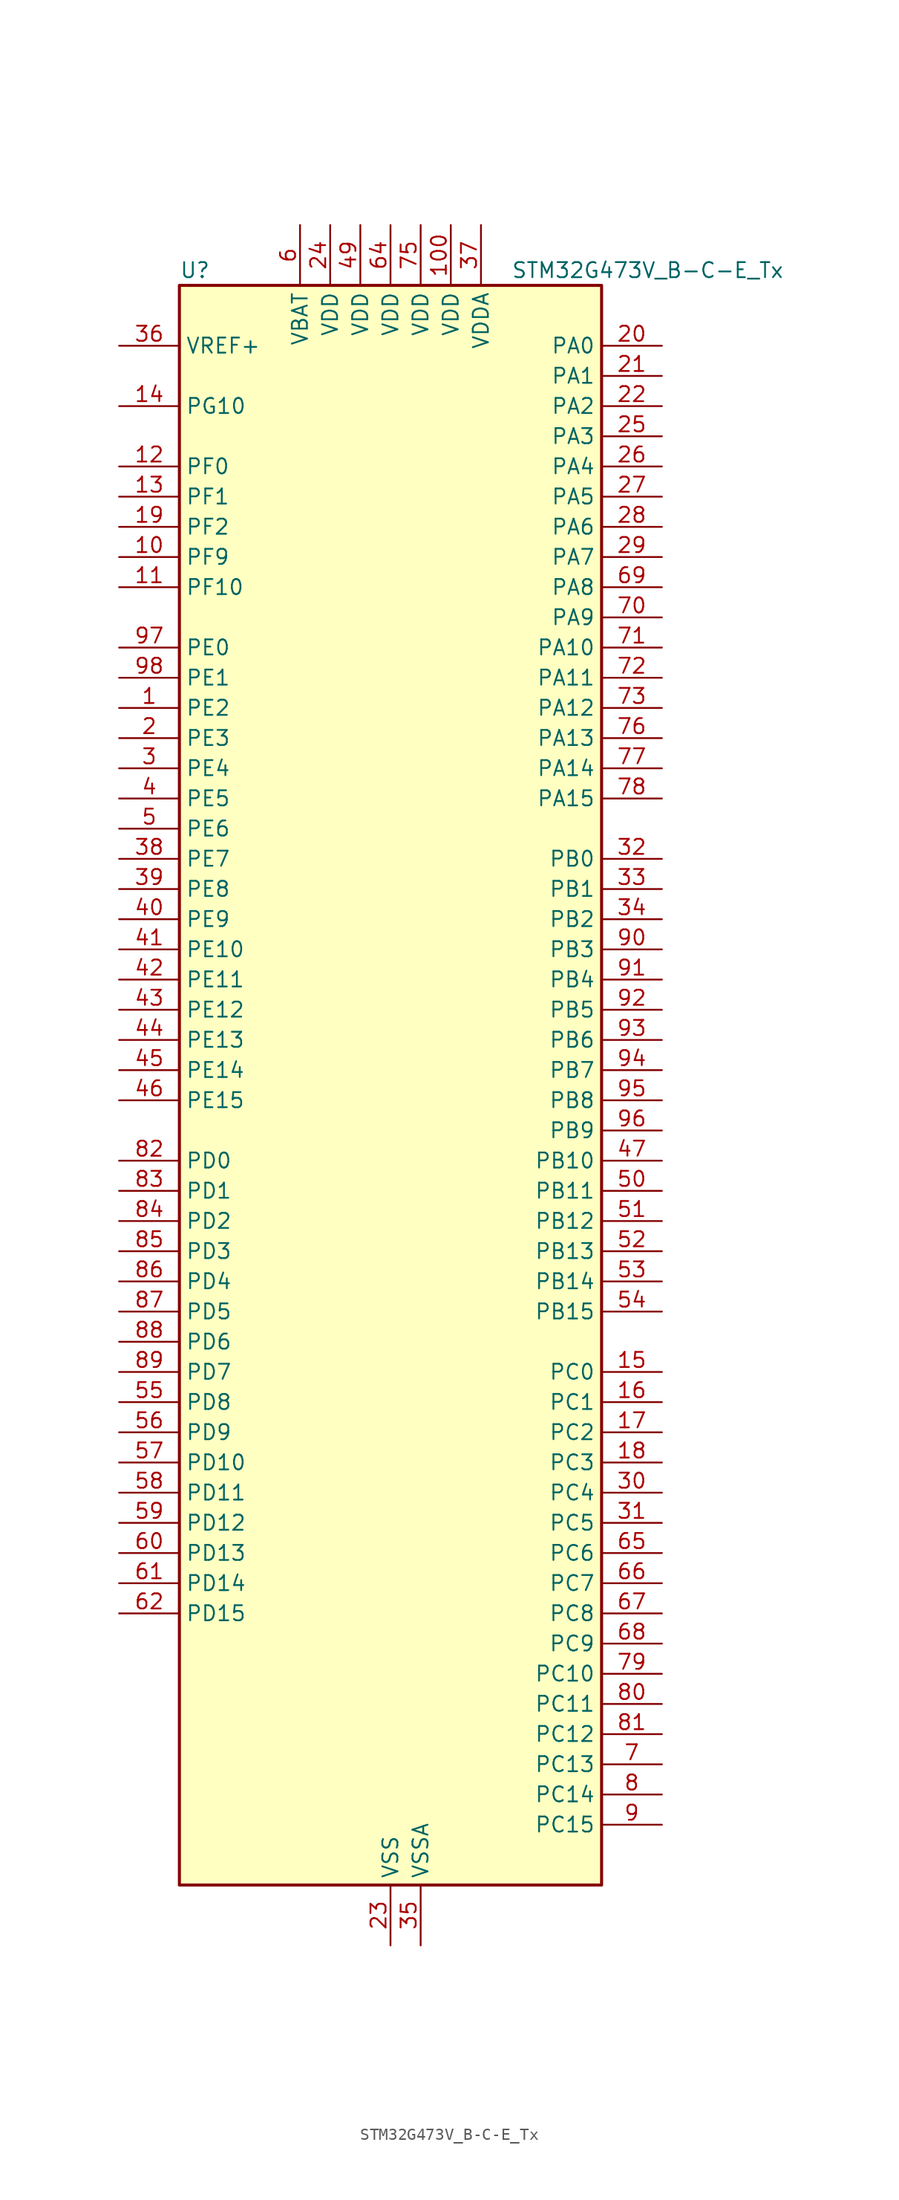
<source format=kicad_sym>
(kicad_symbol_lib
  (version 20241209)
  (generator "kicad_symbol_editor")
  (generator_version "9.0")
  (symbol "STM32G473V_B-C-E_Tx"
    (property "Reference" "U"
      (at -17.78 69.85 0)
      (effects (font (size 1.27 1.27)) (justify left)))
    (property "Value" "STM32G473V_B-C-E_Tx"
      (at 10.16 69.85 0)
      (effects (font (size 1.27 1.27)) (justify left)))
    (symbol "STM32G473V_B-C-E_Tx_0_1"
      (rectangle (start -17.78 -66.04) (end 17.78 68.58) (stroke (width 0.254) (type default)) (fill (type background))))
    (symbol "STM32G473V_B-C-E_Tx_1_1"
      (pin input line (at -22.86 63.5 0) (length 5.08) (name "VREF+" (effects (font (size 1.27 1.27)))) (number "36" (effects (font (size 1.27 1.27)))) (alternate "VREFBUF_OUT" bidirectional line))
      (pin bidirectional line (at -22.86 58.42 0) (length 5.08) (name "PG10" (effects (font (size 1.27 1.27)))) (number "14" (effects (font (size 1.27 1.27)))) (alternate "DAC1_EXTI10" bidirectional line) (alternate "DAC2_EXTI10" bidirectional line) (alternate "DAC3_EXTI10" bidirectional line) (alternate "DAC4_EXTI10" bidirectional line) (alternate "RCC_MCO" bidirectional line))
      (pin bidirectional line (at -22.86 53.34 0) (length 5.08) (name "PF0" (effects (font (size 1.27 1.27)))) (number "12" (effects (font (size 1.27 1.27)))) (alternate "ADC1_IN10" bidirectional line) (alternate "I2C2_SDA" bidirectional line) (alternate "I2S2_WS" bidirectional line) (alternate "RCC_OSC_IN" bidirectional line) (alternate "SPI2_NSS" bidirectional line) (alternate "TIM1_CH3N" bidirectional line))
      (pin bidirectional line (at -22.86 50.8 0) (length 5.08) (name "PF1" (effects (font (size 1.27 1.27)))) (number "13" (effects (font (size 1.27 1.27)))) (alternate "ADC2_IN10" bidirectional line) (alternate "COMP3_INM" bidirectional line) (alternate "I2S2_CK" bidirectional line) (alternate "RCC_OSC_OUT" bidirectional line) (alternate "SPI2_SCK" bidirectional line))
      (pin bidirectional line (at -22.86 48.26 0) (length 5.08) (name "PF2" (effects (font (size 1.27 1.27)))) (number "19" (effects (font (size 1.27 1.27)))) (alternate "ADC3_EXTI2" bidirectional line) (alternate "ADC4_EXTI2" bidirectional line) (alternate "ADC5_EXTI2" bidirectional line) (alternate "FMC_A2" bidirectional line) (alternate "I2C2_SMBA" bidirectional line) (alternate "TIM20_CH3" bidirectional line))
      (pin bidirectional line (at -22.86 45.72 0) (length 5.08) (name "PF9" (effects (font (size 1.27 1.27)))) (number "10" (effects (font (size 1.27 1.27)))) (alternate "DAC1_EXTI9" bidirectional line) (alternate "DAC2_EXTI9" bidirectional line) (alternate "DAC3_EXTI9" bidirectional line) (alternate "DAC4_EXTI9" bidirectional line) (alternate "FMC_A25" bidirectional line) (alternate "QUADSPI1_BK1_IO1" bidirectional line) (alternate "SAI1_FS_B" bidirectional line) (alternate "SPI2_SCK" bidirectional line) (alternate "TIM15_CH1" bidirectional line) (alternate "TIM20_BKIN" bidirectional line) (alternate "TIM5_CH4" bidirectional line))
      (pin bidirectional line (at -22.86 43.18 0) (length 5.08) (name "PF10" (effects (font (size 1.27 1.27)))) (number "11" (effects (font (size 1.27 1.27)))) (alternate "DAC1_EXTI10" bidirectional line) (alternate "DAC2_EXTI10" bidirectional line) (alternate "DAC3_EXTI10" bidirectional line) (alternate "DAC4_EXTI10" bidirectional line) (alternate "FMC_A0" bidirectional line) (alternate "QUADSPI1_CLK" bidirectional line) (alternate "SAI1_D3" bidirectional line) (alternate "SPI2_SCK" bidirectional line) (alternate "TIM15_CH2" bidirectional line) (alternate "TIM20_BKIN2" bidirectional line))
      (pin bidirectional line (at -22.86 38.1 0) (length 5.08) (name "PE0" (effects (font (size 1.27 1.27)))) (number "97" (effects (font (size 1.27 1.27)))) (alternate "FMC_NBL0" bidirectional line) (alternate "TIM16_CH1" bidirectional line) (alternate "TIM20_CH4N" bidirectional line) (alternate "TIM20_ETR" bidirectional line) (alternate "TIM4_ETR" bidirectional line) (alternate "USART1_TX" bidirectional line))
      (pin bidirectional line (at -22.86 35.56 0) (length 5.08) (name "PE1" (effects (font (size 1.27 1.27)))) (number "98" (effects (font (size 1.27 1.27)))) (alternate "FMC_NBL1" bidirectional line) (alternate "TIM17_CH1" bidirectional line) (alternate "TIM20_CH4" bidirectional line) (alternate "USART1_RX" bidirectional line))
      (pin bidirectional line (at -22.86 33.02 0) (length 5.08) (name "PE2" (effects (font (size 1.27 1.27)))) (number "1" (effects (font (size 1.27 1.27)))) (alternate "ADC3_EXTI2" bidirectional line) (alternate "ADC4_EXTI2" bidirectional line) (alternate "ADC5_EXTI2" bidirectional line) (alternate "FMC_A23" bidirectional line) (alternate "SAI1_CK1" bidirectional line) (alternate "SAI1_MCLK_A" bidirectional line) (alternate "SPI4_SCK" bidirectional line) (alternate "SYS_TRACECLK" bidirectional line) (alternate "TIM20_CH1" bidirectional line) (alternate "TIM3_CH1" bidirectional line))
      (pin bidirectional line (at -22.86 30.48 0) (length 5.08) (name "PE3" (effects (font (size 1.27 1.27)))) (number "2" (effects (font (size 1.27 1.27)))) (alternate "ADC3_EXTI3" bidirectional line) (alternate "ADC4_EXTI3" bidirectional line) (alternate "ADC5_EXTI3" bidirectional line) (alternate "FMC_A19" bidirectional line) (alternate "SAI1_SD_B" bidirectional line) (alternate "SPI4_NSS" bidirectional line) (alternate "SYS_TRACED0" bidirectional line) (alternate "TIM20_CH2" bidirectional line) (alternate "TIM3_CH2" bidirectional line))
      (pin bidirectional line (at -22.86 27.94 0) (length 5.08) (name "PE4" (effects (font (size 1.27 1.27)))) (number "3" (effects (font (size 1.27 1.27)))) (alternate "FMC_A20" bidirectional line) (alternate "SAI1_D2" bidirectional line) (alternate "SAI1_FS_A" bidirectional line) (alternate "SPI4_NSS" bidirectional line) (alternate "SYS_TRACED1" bidirectional line) (alternate "TIM20_CH1N" bidirectional line) (alternate "TIM3_CH3" bidirectional line))
      (pin bidirectional line (at -22.86 25.4 0) (length 5.08) (name "PE5" (effects (font (size 1.27 1.27)))) (number "4" (effects (font (size 1.27 1.27)))) (alternate "FMC_A21" bidirectional line) (alternate "SAI1_CK2" bidirectional line) (alternate "SAI1_SCK_A" bidirectional line) (alternate "SPI4_MISO" bidirectional line) (alternate "SYS_TRACED2" bidirectional line) (alternate "TIM20_CH2N" bidirectional line) (alternate "TIM3_CH4" bidirectional line))
      (pin bidirectional line (at -22.86 22.86 0) (length 5.08) (name "PE6" (effects (font (size 1.27 1.27)))) (number "5" (effects (font (size 1.27 1.27)))) (alternate "FMC_A22" bidirectional line) (alternate "RTC_TAMP3" bidirectional line) (alternate "SAI1_D1" bidirectional line) (alternate "SAI1_SD_A" bidirectional line) (alternate "SPI4_MOSI" bidirectional line) (alternate "SYS_TRACED3" bidirectional line) (alternate "SYS_WKUP3" bidirectional line) (alternate "TIM20_CH3N" bidirectional line))
      (pin bidirectional line (at -22.86 20.32 0) (length 5.08) (name "PE7" (effects (font (size 1.27 1.27)))) (number "38" (effects (font (size 1.27 1.27)))) (alternate "ADC3_IN4" bidirectional line) (alternate "COMP4_INP" bidirectional line) (alternate "FMC_D4" bidirectional line) (alternate "FMC_DA4" bidirectional line) (alternate "SAI1_SD_B" bidirectional line) (alternate "TIM1_ETR" bidirectional line))
      (pin bidirectional line (at -22.86 17.78 0) (length 5.08) (name "PE8" (effects (font (size 1.27 1.27)))) (number "39" (effects (font (size 1.27 1.27)))) (alternate "ADC3_IN6" bidirectional line) (alternate "ADC4_IN6" bidirectional line) (alternate "ADC5_IN6" bidirectional line) (alternate "COMP4_INM" bidirectional line) (alternate "FMC_D5" bidirectional line) (alternate "FMC_DA5" bidirectional line) (alternate "SAI1_SCK_B" bidirectional line) (alternate "TIM1_CH1N" bidirectional line) (alternate "TIM5_CH3" bidirectional line))
      (pin bidirectional line (at -22.86 15.24 0) (length 5.08) (name "PE9" (effects (font (size 1.27 1.27)))) (number "40" (effects (font (size 1.27 1.27)))) (alternate "ADC3_IN2" bidirectional line) (alternate "DAC1_EXTI9" bidirectional line) (alternate "DAC2_EXTI9" bidirectional line) (alternate "DAC3_EXTI9" bidirectional line) (alternate "DAC4_EXTI9" bidirectional line) (alternate "FMC_D6" bidirectional line) (alternate "FMC_DA6" bidirectional line) (alternate "SAI1_FS_B" bidirectional line) (alternate "TIM1_CH1" bidirectional line) (alternate "TIM5_CH4" bidirectional line))
      (pin bidirectional line (at -22.86 12.7 0) (length 5.08) (name "PE10" (effects (font (size 1.27 1.27)))) (number "41" (effects (font (size 1.27 1.27)))) (alternate "ADC3_IN14" bidirectional line) (alternate "ADC4_IN14" bidirectional line) (alternate "ADC5_IN14" bidirectional line) (alternate "DAC1_EXTI10" bidirectional line) (alternate "DAC2_EXTI10" bidirectional line) (alternate "DAC3_EXTI10" bidirectional line) (alternate "DAC4_EXTI10" bidirectional line) (alternate "FMC_D7" bidirectional line) (alternate "FMC_DA7" bidirectional line) (alternate "QUADSPI1_CLK" bidirectional line) (alternate "SAI1_MCLK_B" bidirectional line) (alternate "TIM1_CH2N" bidirectional line))
      (pin bidirectional line (at -22.86 10.16 0) (length 5.08) (name "PE11" (effects (font (size 1.27 1.27)))) (number "42" (effects (font (size 1.27 1.27)))) (alternate "ADC1_EXTI11" bidirectional line) (alternate "ADC2_EXTI11" bidirectional line) (alternate "ADC3_IN15" bidirectional line) (alternate "ADC4_IN15" bidirectional line) (alternate "ADC5_IN15" bidirectional line) (alternate "FMC_D8" bidirectional line) (alternate "FMC_DA8" bidirectional line) (alternate "QUADSPI1_BK1_NCS" bidirectional line) (alternate "SPI4_NSS" bidirectional line) (alternate "TIM1_CH2" bidirectional line))
      (pin bidirectional line (at -22.86 7.62 0) (length 5.08) (name "PE12" (effects (font (size 1.27 1.27)))) (number "43" (effects (font (size 1.27 1.27)))) (alternate "ADC3_IN16" bidirectional line) (alternate "ADC4_IN16" bidirectional line) (alternate "ADC5_IN16" bidirectional line) (alternate "FMC_D9" bidirectional line) (alternate "FMC_DA9" bidirectional line) (alternate "QUADSPI1_BK1_IO0" bidirectional line) (alternate "SPI4_SCK" bidirectional line) (alternate "TIM1_CH3N" bidirectional line))
      (pin bidirectional line (at -22.86 5.08 0) (length 5.08) (name "PE13" (effects (font (size 1.27 1.27)))) (number "44" (effects (font (size 1.27 1.27)))) (alternate "ADC3_IN3" bidirectional line) (alternate "FMC_D10" bidirectional line) (alternate "FMC_DA10" bidirectional line) (alternate "QUADSPI1_BK1_IO1" bidirectional line) (alternate "SPI4_MISO" bidirectional line) (alternate "TIM1_CH3" bidirectional line))
      (pin bidirectional line (at -22.86 2.54 0) (length 5.08) (name "PE14" (effects (font (size 1.27 1.27)))) (number "45" (effects (font (size 1.27 1.27)))) (alternate "ADC4_IN1" bidirectional line) (alternate "FMC_D11" bidirectional line) (alternate "FMC_DA11" bidirectional line) (alternate "QUADSPI1_BK1_IO2" bidirectional line) (alternate "SPI4_MOSI" bidirectional line) (alternate "TIM1_BKIN2" bidirectional line) (alternate "TIM1_CH4" bidirectional line))
      (pin bidirectional line (at -22.86 0 0) (length 5.08) (name "PE15" (effects (font (size 1.27 1.27)))) (number "46" (effects (font (size 1.27 1.27)))) (alternate "ADC1_EXTI15" bidirectional line) (alternate "ADC2_EXTI15" bidirectional line) (alternate "ADC4_IN2" bidirectional line) (alternate "FMC_D12" bidirectional line) (alternate "FMC_DA12" bidirectional line) (alternate "QUADSPI1_BK1_IO3" bidirectional line) (alternate "TIM1_BKIN" bidirectional line) (alternate "TIM1_CH4N" bidirectional line) (alternate "USART3_RX" bidirectional line))
      (pin bidirectional line (at -22.86 -5.08 0) (length 5.08) (name "PD0" (effects (font (size 1.27 1.27)))) (number "82" (effects (font (size 1.27 1.27)))) (alternate "FDCAN1_RX" bidirectional line) (alternate "FMC_D2" bidirectional line) (alternate "FMC_DA2" bidirectional line) (alternate "TIM8_CH4N" bidirectional line))
      (pin bidirectional line (at -22.86 -7.62 0) (length 5.08) (name "PD1" (effects (font (size 1.27 1.27)))) (number "83" (effects (font (size 1.27 1.27)))) (alternate "FDCAN1_TX" bidirectional line) (alternate "FMC_D3" bidirectional line) (alternate "FMC_DA3" bidirectional line) (alternate "TIM8_BKIN2" bidirectional line) (alternate "TIM8_CH4" bidirectional line))
      (pin bidirectional line (at -22.86 -10.16 0) (length 5.08) (name "PD2" (effects (font (size 1.27 1.27)))) (number "84" (effects (font (size 1.27 1.27)))) (alternate "ADC3_EXTI2" bidirectional line) (alternate "ADC4_EXTI2" bidirectional line) (alternate "ADC5_EXTI2" bidirectional line) (alternate "TIM3_ETR" bidirectional line) (alternate "TIM8_BKIN" bidirectional line) (alternate "UART5_RX" bidirectional line))
      (pin bidirectional line (at -22.86 -12.7 0) (length 5.08) (name "PD3" (effects (font (size 1.27 1.27)))) (number "85" (effects (font (size 1.27 1.27)))) (alternate "ADC3_EXTI3" bidirectional line) (alternate "ADC4_EXTI3" bidirectional line) (alternate "ADC5_EXTI3" bidirectional line) (alternate "FMC_CLK" bidirectional line) (alternate "QUADSPI1_BK2_NCS" bidirectional line) (alternate "TIM2_CH1" bidirectional line) (alternate "TIM2_ETR" bidirectional line) (alternate "USART2_CTS" bidirectional line) (alternate "USART2_NSS" bidirectional line))
      (pin bidirectional line (at -22.86 -15.24 0) (length 5.08) (name "PD4" (effects (font (size 1.27 1.27)))) (number "86" (effects (font (size 1.27 1.27)))) (alternate "FMC_NOE" bidirectional line) (alternate "QUADSPI1_BK2_IO0" bidirectional line) (alternate "TIM2_CH2" bidirectional line) (alternate "USART2_DE" bidirectional line) (alternate "USART2_RTS" bidirectional line))
      (pin bidirectional line (at -22.86 -17.78 0) (length 5.08) (name "PD5" (effects (font (size 1.27 1.27)))) (number "87" (effects (font (size 1.27 1.27)))) (alternate "FMC_NWE" bidirectional line) (alternate "QUADSPI1_BK2_IO1" bidirectional line) (alternate "USART2_TX" bidirectional line))
      (pin bidirectional line (at -22.86 -20.32 0) (length 5.08) (name "PD6" (effects (font (size 1.27 1.27)))) (number "88" (effects (font (size 1.27 1.27)))) (alternate "FMC_NWAIT" bidirectional line) (alternate "QUADSPI1_BK2_IO2" bidirectional line) (alternate "SAI1_D1" bidirectional line) (alternate "SAI1_SD_A" bidirectional line) (alternate "TIM2_CH4" bidirectional line) (alternate "USART2_RX" bidirectional line))
      (pin bidirectional line (at -22.86 -22.86 0) (length 5.08) (name "PD7" (effects (font (size 1.27 1.27)))) (number "89" (effects (font (size 1.27 1.27)))) (alternate "FMC_NCE" bidirectional line) (alternate "FMC_NE1" bidirectional line) (alternate "QUADSPI1_BK2_IO3" bidirectional line) (alternate "TIM2_CH3" bidirectional line) (alternate "USART2_CK" bidirectional line))
      (pin bidirectional line (at -22.86 -25.4 0) (length 5.08) (name "PD8" (effects (font (size 1.27 1.27)))) (number "55" (effects (font (size 1.27 1.27)))) (alternate "ADC4_IN12" bidirectional line) (alternate "ADC5_IN12" bidirectional line) (alternate "FMC_D13" bidirectional line) (alternate "FMC_DA13" bidirectional line) (alternate "OPAMP4_VINM" bidirectional line) (alternate "OPAMP4_VINM1" bidirectional line) (alternate "OPAMP4_VINM_SEC" bidirectional line) (alternate "USART3_TX" bidirectional line))
      (pin bidirectional line (at -22.86 -27.94 0) (length 5.08) (name "PD9" (effects (font (size 1.27 1.27)))) (number "56" (effects (font (size 1.27 1.27)))) (alternate "ADC4_IN13" bidirectional line) (alternate "ADC5_IN13" bidirectional line) (alternate "DAC1_EXTI9" bidirectional line) (alternate "DAC2_EXTI9" bidirectional line) (alternate "DAC3_EXTI9" bidirectional line) (alternate "DAC4_EXTI9" bidirectional line) (alternate "FMC_D14" bidirectional line) (alternate "FMC_DA14" bidirectional line) (alternate "OPAMP6_VINP" bidirectional line) (alternate "OPAMP6_VINP_SEC" bidirectional line) (alternate "USART3_RX" bidirectional line))
      (pin bidirectional line (at -22.86 -30.48 0) (length 5.08) (name "PD10" (effects (font (size 1.27 1.27)))) (number "57" (effects (font (size 1.27 1.27)))) (alternate "ADC3_IN7" bidirectional line) (alternate "ADC4_IN7" bidirectional line) (alternate "ADC5_IN7" bidirectional line) (alternate "COMP6_INM" bidirectional line) (alternate "DAC1_EXTI10" bidirectional line) (alternate "DAC2_EXTI10" bidirectional line) (alternate "DAC3_EXTI10" bidirectional line) (alternate "DAC4_EXTI10" bidirectional line) (alternate "FMC_D15" bidirectional line) (alternate "FMC_DA15" bidirectional line) (alternate "USART3_CK" bidirectional line))
      (pin bidirectional line (at -22.86 -33.02 0) (length 5.08) (name "PD11" (effects (font (size 1.27 1.27)))) (number "58" (effects (font (size 1.27 1.27)))) (alternate "ADC1_EXTI11" bidirectional line) (alternate "ADC2_EXTI11" bidirectional line) (alternate "ADC3_IN8" bidirectional line) (alternate "ADC4_IN8" bidirectional line) (alternate "ADC5_IN8" bidirectional line) (alternate "COMP6_INP" bidirectional line) (alternate "FMC_A16" bidirectional line) (alternate "FMC_CLE" bidirectional line) (alternate "I2C4_SMBA" bidirectional line) (alternate "OPAMP4_VINP" bidirectional line) (alternate "OPAMP4_VINP_SEC" bidirectional line) (alternate "TIM5_ETR" bidirectional line) (alternate "USART3_CTS" bidirectional line) (alternate "USART3_NSS" bidirectional line))
      (pin bidirectional line (at -22.86 -35.56 0) (length 5.08) (name "PD12" (effects (font (size 1.27 1.27)))) (number "59" (effects (font (size 1.27 1.27)))) (alternate "ADC3_IN9" bidirectional line) (alternate "ADC4_IN9" bidirectional line) (alternate "ADC5_IN9" bidirectional line) (alternate "COMP5_INP" bidirectional line) (alternate "FMC_A17" bidirectional line) (alternate "FMC_ALE" bidirectional line) (alternate "OPAMP5_VINP" bidirectional line) (alternate "OPAMP5_VINP_SEC" bidirectional line) (alternate "TIM4_CH1" bidirectional line) (alternate "USART3_DE" bidirectional line) (alternate "USART3_RTS" bidirectional line))
      (pin bidirectional line (at -22.86 -38.1 0) (length 5.08) (name "PD13" (effects (font (size 1.27 1.27)))) (number "60" (effects (font (size 1.27 1.27)))) (alternate "ADC3_IN10" bidirectional line) (alternate "ADC4_IN10" bidirectional line) (alternate "ADC5_IN10" bidirectional line) (alternate "COMP5_INM" bidirectional line) (alternate "FMC_A18" bidirectional line) (alternate "TIM4_CH2" bidirectional line))
      (pin bidirectional line (at -22.86 -40.64 0) (length 5.08) (name "PD14" (effects (font (size 1.27 1.27)))) (number "61" (effects (font (size 1.27 1.27)))) (alternate "ADC3_IN11" bidirectional line) (alternate "ADC4_IN11" bidirectional line) (alternate "ADC5_IN11" bidirectional line) (alternate "COMP7_INP" bidirectional line) (alternate "FMC_D0" bidirectional line) (alternate "FMC_DA0" bidirectional line) (alternate "OPAMP2_VINP" bidirectional line) (alternate "OPAMP2_VINP_SEC" bidirectional line) (alternate "TIM4_CH3" bidirectional line))
      (pin bidirectional line (at -22.86 -43.18 0) (length 5.08) (name "PD15" (effects (font (size 1.27 1.27)))) (number "62" (effects (font (size 1.27 1.27)))) (alternate "ADC1_EXTI15" bidirectional line) (alternate "ADC2_EXTI15" bidirectional line) (alternate "COMP7_INM" bidirectional line) (alternate "FMC_D1" bidirectional line) (alternate "FMC_DA1" bidirectional line) (alternate "SPI2_NSS" bidirectional line) (alternate "TIM4_CH4" bidirectional line))
      (pin power_in line (at -7.62 73.66 270) (length 5.08) (name "VBAT" (effects (font (size 1.27 1.27)))) (number "6" (effects (font (size 1.27 1.27)))))
      (pin power_in line (at -5.08 73.66 270) (length 5.08) (name "VDD" (effects (font (size 1.27 1.27)))) (number "24" (effects (font (size 1.27 1.27)))))
      (pin power_in line (at -2.54 73.66 270) (length 5.08) (name "VDD" (effects (font (size 1.27 1.27)))) (number "49" (effects (font (size 1.27 1.27)))))
      (pin power_in line (at 0 73.66 270) (length 5.08) (name "VDD" (effects (font (size 1.27 1.27)))) (number "64" (effects (font (size 1.27 1.27)))))
      (pin power_in line (at 0 -71.12 90) (length 5.08) (name "VSS" (effects (font (size 1.27 1.27)))) (number "23" (effects (font (size 1.27 1.27)))))
      (pin passive line (at 0 -71.12 90) (length 5.08) (hide yes) (name "VSS" (effects (font (size 1.27 1.27)))) (number "48" (effects (font (size 1.27 1.27)))))
      (pin passive line (at 0 -71.12 90) (length 5.08) (hide yes) (name "VSS" (effects (font (size 1.27 1.27)))) (number "63" (effects (font (size 1.27 1.27)))))
      (pin passive line (at 0 -71.12 90) (length 5.08) (hide yes) (name "VSS" (effects (font (size 1.27 1.27)))) (number "74" (effects (font (size 1.27 1.27)))))
      (pin passive line (at 0 -71.12 90) (length 5.08) (hide yes) (name "VSS" (effects (font (size 1.27 1.27)))) (number "99" (effects (font (size 1.27 1.27)))))
      (pin power_in line (at 2.54 73.66 270) (length 5.08) (name "VDD" (effects (font (size 1.27 1.27)))) (number "75" (effects (font (size 1.27 1.27)))))
      (pin power_in line (at 2.54 -71.12 90) (length 5.08) (name "VSSA" (effects (font (size 1.27 1.27)))) (number "35" (effects (font (size 1.27 1.27)))))
      (pin power_in line (at 5.08 73.66 270) (length 5.08) (name "VDD" (effects (font (size 1.27 1.27)))) (number "100" (effects (font (size 1.27 1.27)))))
      (pin power_in line (at 7.62 73.66 270) (length 5.08) (name "VDDA" (effects (font (size 1.27 1.27)))) (number "37" (effects (font (size 1.27 1.27)))))
      (pin bidirectional line (at 22.86 63.5 180) (length 5.08) (name "PA0" (effects (font (size 1.27 1.27)))) (number "20" (effects (font (size 1.27 1.27)))) (alternate "ADC1_IN1" bidirectional line) (alternate "ADC2_IN1" bidirectional line) (alternate "COMP1_INM" bidirectional line) (alternate "COMP1_OUT" bidirectional line) (alternate "COMP3_INP" bidirectional line) (alternate "RTC_TAMP2" bidirectional line) (alternate "SYS_WKUP1" bidirectional line) (alternate "TIM2_CH1" bidirectional line) (alternate "TIM2_ETR" bidirectional line) (alternate "TIM5_CH1" bidirectional line) (alternate "TIM8_BKIN" bidirectional line) (alternate "TIM8_ETR" bidirectional line) (alternate "USART2_CTS" bidirectional line) (alternate "USART2_NSS" bidirectional line))
      (pin bidirectional line (at 22.86 60.96 180) (length 5.08) (name "PA1" (effects (font (size 1.27 1.27)))) (number "21" (effects (font (size 1.27 1.27)))) (alternate "ADC1_IN2" bidirectional line) (alternate "ADC2_IN2" bidirectional line) (alternate "COMP1_INP" bidirectional line) (alternate "OPAMP1_VINP" bidirectional line) (alternate "OPAMP1_VINP_SEC" bidirectional line) (alternate "OPAMP3_VINP" bidirectional line) (alternate "OPAMP3_VINP_SEC" bidirectional line) (alternate "OPAMP6_VINM" bidirectional line) (alternate "OPAMP6_VINM0" bidirectional line) (alternate "OPAMP6_VINM_SEC" bidirectional line) (alternate "RTC_REFIN" bidirectional line) (alternate "TIM15_CH1N" bidirectional line) (alternate "TIM2_CH2" bidirectional line) (alternate "TIM5_CH2" bidirectional line) (alternate "USART2_DE" bidirectional line) (alternate "USART2_RTS" bidirectional line))
      (pin bidirectional line (at 22.86 58.42 180) (length 5.08) (name "PA2" (effects (font (size 1.27 1.27)))) (number "22" (effects (font (size 1.27 1.27)))) (alternate "ADC1_IN3" bidirectional line) (alternate "ADC3_EXTI2" bidirectional line) (alternate "ADC4_EXTI2" bidirectional line) (alternate "ADC5_EXTI2" bidirectional line) (alternate "COMP2_INM" bidirectional line) (alternate "COMP2_OUT" bidirectional line) (alternate "LPUART1_TX" bidirectional line) (alternate "OPAMP1_VOUT" bidirectional line) (alternate "QUADSPI1_BK1_NCS" bidirectional line) (alternate "RCC_LSCO" bidirectional line) (alternate "SYS_WKUP4" bidirectional line) (alternate "TIM15_CH1" bidirectional line) (alternate "TIM2_CH3" bidirectional line) (alternate "TIM5_CH3" bidirectional line) (alternate "UCPD1_FRSTX1" bidirectional line) (alternate "UCPD1_FRSTX2" bidirectional line) (alternate "USART2_TX" bidirectional line))
      (pin bidirectional line (at 22.86 55.88 180) (length 5.08) (name "PA3" (effects (font (size 1.27 1.27)))) (number "25" (effects (font (size 1.27 1.27)))) (alternate "ADC1_IN4" bidirectional line) (alternate "ADC3_EXTI3" bidirectional line) (alternate "ADC4_EXTI3" bidirectional line) (alternate "ADC5_EXTI3" bidirectional line) (alternate "COMP2_INP" bidirectional line) (alternate "LPUART1_RX" bidirectional line) (alternate "OPAMP1_VINM" bidirectional line) (alternate "OPAMP1_VINM0" bidirectional line) (alternate "OPAMP1_VINM_SEC" bidirectional line) (alternate "OPAMP1_VINP" bidirectional line) (alternate "OPAMP1_VINP_SEC" bidirectional line) (alternate "OPAMP5_VINM" bidirectional line) (alternate "OPAMP5_VINM1" bidirectional line) (alternate "OPAMP5_VINM_SEC" bidirectional line) (alternate "QUADSPI1_CLK" bidirectional line) (alternate "SAI1_CK1" bidirectional line) (alternate "SAI1_MCLK_A" bidirectional line) (alternate "TIM15_CH2" bidirectional line) (alternate "TIM2_CH4" bidirectional line) (alternate "TIM5_CH4" bidirectional line) (alternate "USART2_RX" bidirectional line))
      (pin bidirectional line (at 22.86 53.34 180) (length 5.08) (name "PA4" (effects (font (size 1.27 1.27)))) (number "26" (effects (font (size 1.27 1.27)))) (alternate "ADC2_IN17" bidirectional line) (alternate "COMP1_INM" bidirectional line) (alternate "DAC1_OUT1" bidirectional line) (alternate "I2S3_WS" bidirectional line) (alternate "SAI1_FS_B" bidirectional line) (alternate "SPI1_NSS" bidirectional line) (alternate "SPI3_NSS" bidirectional line) (alternate "TIM3_CH2" bidirectional line) (alternate "USART2_CK" bidirectional line))
      (pin bidirectional line (at 22.86 50.8 180) (length 5.08) (name "PA5" (effects (font (size 1.27 1.27)))) (number "27" (effects (font (size 1.27 1.27)))) (alternate "ADC2_IN13" bidirectional line) (alternate "COMP2_INM" bidirectional line) (alternate "DAC1_OUT2" bidirectional line) (alternate "OPAMP2_VINM" bidirectional line) (alternate "OPAMP2_VINM0" bidirectional line) (alternate "OPAMP2_VINM_SEC" bidirectional line) (alternate "SPI1_SCK" bidirectional line) (alternate "TIM2_CH1" bidirectional line) (alternate "TIM2_ETR" bidirectional line) (alternate "UCPD1_FRSTX1" bidirectional line) (alternate "UCPD1_FRSTX2" bidirectional line))
      (pin bidirectional line (at 22.86 48.26 180) (length 5.08) (name "PA6" (effects (font (size 1.27 1.27)))) (number "28" (effects (font (size 1.27 1.27)))) (alternate "ADC2_IN3" bidirectional line) (alternate "COMP1_OUT" bidirectional line) (alternate "DAC2_OUT1" bidirectional line) (alternate "LPUART1_CTS" bidirectional line) (alternate "OPAMP2_VOUT" bidirectional line) (alternate "QUADSPI1_BK1_IO3" bidirectional line) (alternate "SPI1_MISO" bidirectional line) (alternate "TIM16_CH1" bidirectional line) (alternate "TIM1_BKIN" bidirectional line) (alternate "TIM3_CH1" bidirectional line) (alternate "TIM8_BKIN" bidirectional line))
      (pin bidirectional line (at 22.86 45.72 180) (length 5.08) (name "PA7" (effects (font (size 1.27 1.27)))) (number "29" (effects (font (size 1.27 1.27)))) (alternate "ADC2_IN4" bidirectional line) (alternate "COMP2_INP" bidirectional line) (alternate "COMP2_OUT" bidirectional line) (alternate "OPAMP1_VINP" bidirectional line) (alternate "OPAMP1_VINP_SEC" bidirectional line) (alternate "OPAMP2_VINP" bidirectional line) (alternate "OPAMP2_VINP_SEC" bidirectional line) (alternate "QUADSPI1_BK1_IO2" bidirectional line) (alternate "SPI1_MOSI" bidirectional line) (alternate "TIM17_CH1" bidirectional line) (alternate "TIM1_CH1N" bidirectional line) (alternate "TIM3_CH2" bidirectional line) (alternate "TIM8_CH1N" bidirectional line) (alternate "UCPD1_FRSTX1" bidirectional line) (alternate "UCPD1_FRSTX2" bidirectional line))
      (pin bidirectional line (at 22.86 43.18 180) (length 5.08) (name "PA8" (effects (font (size 1.27 1.27)))) (number "69" (effects (font (size 1.27 1.27)))) (alternate "ADC5_IN1" bidirectional line) (alternate "COMP7_OUT" bidirectional line) (alternate "FDCAN3_RX" bidirectional line) (alternate "I2C2_SDA" bidirectional line) (alternate "I2C3_SCL" bidirectional line) (alternate "I2S2_MCK" bidirectional line) (alternate "OPAMP5_VOUT" bidirectional line) (alternate "RCC_MCO" bidirectional line) (alternate "SAI1_CK2" bidirectional line) (alternate "SAI1_SCK_A" bidirectional line) (alternate "TIM1_CH1" bidirectional line) (alternate "TIM4_ETR" bidirectional line) (alternate "USART1_CK" bidirectional line))
      (pin bidirectional line (at 22.86 40.64 180) (length 5.08) (name "PA9" (effects (font (size 1.27 1.27)))) (number "70" (effects (font (size 1.27 1.27)))) (alternate "ADC5_IN2" bidirectional line) (alternate "COMP5_OUT" bidirectional line) (alternate "DAC1_EXTI9" bidirectional line) (alternate "DAC2_EXTI9" bidirectional line) (alternate "DAC3_EXTI9" bidirectional line) (alternate "DAC4_EXTI9" bidirectional line) (alternate "I2C2_SCL" bidirectional line) (alternate "I2C3_SMBA" bidirectional line) (alternate "I2S3_MCK" bidirectional line) (alternate "SAI1_FS_A" bidirectional line) (alternate "TIM15_BKIN" bidirectional line) (alternate "TIM1_CH2" bidirectional line) (alternate "TIM2_CH3" bidirectional line) (alternate "UCPD1_DBCC1" bidirectional line) (alternate "USART1_TX" bidirectional line))
      (pin bidirectional line (at 22.86 38.1 180) (length 5.08) (name "PA10" (effects (font (size 1.27 1.27)))) (number "71" (effects (font (size 1.27 1.27)))) (alternate "COMP6_OUT" bidirectional line) (alternate "CRS_SYNC" bidirectional line) (alternate "DAC1_EXTI10" bidirectional line) (alternate "DAC2_EXTI10" bidirectional line) (alternate "DAC3_EXTI10" bidirectional line) (alternate "DAC4_EXTI10" bidirectional line) (alternate "I2C2_SMBA" bidirectional line) (alternate "SAI1_D1" bidirectional line) (alternate "SAI1_SD_A" bidirectional line) (alternate "SPI2_MISO" bidirectional line) (alternate "TIM17_BKIN" bidirectional line) (alternate "TIM1_CH3" bidirectional line) (alternate "TIM2_CH4" bidirectional line) (alternate "TIM8_BKIN" bidirectional line) (alternate "UCPD1_DBCC2" bidirectional line) (alternate "USART1_RX" bidirectional line))
      (pin bidirectional line (at 22.86 35.56 180) (length 5.08) (name "PA11" (effects (font (size 1.27 1.27)))) (number "72" (effects (font (size 1.27 1.27)))) (alternate "ADC1_EXTI11" bidirectional line) (alternate "ADC2_EXTI11" bidirectional line) (alternate "COMP1_OUT" bidirectional line) (alternate "FDCAN1_RX" bidirectional line) (alternate "I2S2_SD" bidirectional line) (alternate "SPI2_MOSI" bidirectional line) (alternate "TIM1_BKIN2" bidirectional line) (alternate "TIM1_CH1N" bidirectional line) (alternate "TIM1_CH4" bidirectional line) (alternate "TIM4_CH1" bidirectional line) (alternate "USART1_CTS" bidirectional line) (alternate "USART1_NSS" bidirectional line) (alternate "USB_DM" bidirectional line))
      (pin bidirectional line (at 22.86 33.02 180) (length 5.08) (name "PA12" (effects (font (size 1.27 1.27)))) (number "73" (effects (font (size 1.27 1.27)))) (alternate "COMP2_OUT" bidirectional line) (alternate "FDCAN1_TX" bidirectional line) (alternate "I2S_CKIN" bidirectional line) (alternate "TIM16_CH1" bidirectional line) (alternate "TIM1_CH2N" bidirectional line) (alternate "TIM1_ETR" bidirectional line) (alternate "TIM4_CH2" bidirectional line) (alternate "USART1_DE" bidirectional line) (alternate "USART1_RTS" bidirectional line) (alternate "USB_DP" bidirectional line))
      (pin bidirectional line (at 22.86 30.48 180) (length 5.08) (name "PA13" (effects (font (size 1.27 1.27)))) (number "76" (effects (font (size 1.27 1.27)))) (alternate "I2C1_SCL" bidirectional line) (alternate "I2C4_SCL" bidirectional line) (alternate "IR_OUT" bidirectional line) (alternate "SAI1_SD_B" bidirectional line) (alternate "SYS_JTMS-SWDIO" bidirectional line) (alternate "TIM16_CH1N" bidirectional line) (alternate "TIM4_CH3" bidirectional line) (alternate "USART3_CTS" bidirectional line) (alternate "USART3_NSS" bidirectional line))
      (pin bidirectional line (at 22.86 27.94 180) (length 5.08) (name "PA14" (effects (font (size 1.27 1.27)))) (number "77" (effects (font (size 1.27 1.27)))) (alternate "I2C1_SDA" bidirectional line) (alternate "I2C4_SMBA" bidirectional line) (alternate "LPTIM1_OUT" bidirectional line) (alternate "SAI1_FS_B" bidirectional line) (alternate "SYS_JTCK-SWCLK" bidirectional line) (alternate "TIM1_BKIN" bidirectional line) (alternate "TIM8_CH2" bidirectional line) (alternate "USART2_TX" bidirectional line))
      (pin bidirectional line (at 22.86 25.4 180) (length 5.08) (name "PA15" (effects (font (size 1.27 1.27)))) (number "78" (effects (font (size 1.27 1.27)))) (alternate "ADC1_EXTI15" bidirectional line) (alternate "ADC2_EXTI15" bidirectional line) (alternate "FDCAN3_TX" bidirectional line) (alternate "I2C1_SCL" bidirectional line) (alternate "I2S3_WS" bidirectional line) (alternate "SPI1_NSS" bidirectional line) (alternate "SPI3_NSS" bidirectional line) (alternate "SYS_JTDI" bidirectional line) (alternate "TIM1_BKIN" bidirectional line) (alternate "TIM2_CH1" bidirectional line) (alternate "TIM2_ETR" bidirectional line) (alternate "TIM8_CH1" bidirectional line) (alternate "UART4_DE" bidirectional line) (alternate "UART4_RTS" bidirectional line) (alternate "USART2_RX" bidirectional line))
      (pin bidirectional line (at 22.86 20.32 180) (length 5.08) (name "PB0" (effects (font (size 1.27 1.27)))) (number "32" (effects (font (size 1.27 1.27)))) (alternate "ADC1_IN15" bidirectional line) (alternate "ADC3_IN12" bidirectional line) (alternate "COMP4_INP" bidirectional line) (alternate "OPAMP2_VINP" bidirectional line) (alternate "OPAMP2_VINP_SEC" bidirectional line) (alternate "OPAMP3_VINP" bidirectional line) (alternate "OPAMP3_VINP_SEC" bidirectional line) (alternate "QUADSPI1_BK1_IO1" bidirectional line) (alternate "TIM1_CH2N" bidirectional line) (alternate "TIM3_CH3" bidirectional line) (alternate "TIM8_CH2N" bidirectional line) (alternate "UCPD1_FRSTX1" bidirectional line) (alternate "UCPD1_FRSTX2" bidirectional line))
      (pin bidirectional line (at 22.86 17.78 180) (length 5.08) (name "PB1" (effects (font (size 1.27 1.27)))) (number "33" (effects (font (size 1.27 1.27)))) (alternate "ADC1_IN12" bidirectional line) (alternate "ADC3_IN1" bidirectional line) (alternate "COMP1_INP" bidirectional line) (alternate "COMP4_OUT" bidirectional line) (alternate "LPUART1_DE" bidirectional line) (alternate "LPUART1_RTS" bidirectional line) (alternate "OPAMP3_VOUT" bidirectional line) (alternate "OPAMP6_VINM" bidirectional line) (alternate "OPAMP6_VINM1" bidirectional line) (alternate "OPAMP6_VINM_SEC" bidirectional line) (alternate "QUADSPI1_BK1_IO0" bidirectional line) (alternate "TIM1_CH3N" bidirectional line) (alternate "TIM3_CH4" bidirectional line) (alternate "TIM8_CH3N" bidirectional line))
      (pin bidirectional line (at 22.86 15.24 180) (length 5.08) (name "PB2" (effects (font (size 1.27 1.27)))) (number "34" (effects (font (size 1.27 1.27)))) (alternate "ADC2_IN12" bidirectional line) (alternate "ADC3_EXTI2" bidirectional line) (alternate "ADC4_EXTI2" bidirectional line) (alternate "ADC5_EXTI2" bidirectional line) (alternate "COMP4_INM" bidirectional line) (alternate "I2C3_SMBA" bidirectional line) (alternate "LPTIM1_OUT" bidirectional line) (alternate "OPAMP3_VINM" bidirectional line) (alternate "OPAMP3_VINM0" bidirectional line) (alternate "OPAMP3_VINM_SEC" bidirectional line) (alternate "QUADSPI1_BK2_IO1" bidirectional line) (alternate "RTC_OUT2" bidirectional line) (alternate "TIM20_CH1" bidirectional line) (alternate "TIM5_CH1" bidirectional line))
      (pin bidirectional line (at 22.86 12.7 180) (length 5.08) (name "PB3" (effects (font (size 1.27 1.27)))) (number "90" (effects (font (size 1.27 1.27)))) (alternate "ADC3_EXTI3" bidirectional line) (alternate "ADC4_EXTI3" bidirectional line) (alternate "ADC5_EXTI3" bidirectional line) (alternate "CRS_SYNC" bidirectional line) (alternate "FDCAN3_RX" bidirectional line) (alternate "I2S3_CK" bidirectional line) (alternate "SAI1_SCK_B" bidirectional line) (alternate "SPI1_SCK" bidirectional line) (alternate "SPI3_SCK" bidirectional line) (alternate "SYS_JTDO-SWO" bidirectional line) (alternate "TIM2_CH2" bidirectional line) (alternate "TIM3_ETR" bidirectional line) (alternate "TIM4_ETR" bidirectional line) (alternate "TIM8_CH1N" bidirectional line) (alternate "USART2_TX" bidirectional line))
      (pin bidirectional line (at 22.86 10.16 180) (length 5.08) (name "PB4" (effects (font (size 1.27 1.27)))) (number "91" (effects (font (size 1.27 1.27)))) (alternate "FDCAN3_TX" bidirectional line) (alternate "SAI1_MCLK_B" bidirectional line) (alternate "SPI1_MISO" bidirectional line) (alternate "SPI3_MISO" bidirectional line) (alternate "SYS_JTRST" bidirectional line) (alternate "TIM16_CH1" bidirectional line) (alternate "TIM17_BKIN" bidirectional line) (alternate "TIM3_CH1" bidirectional line) (alternate "TIM8_CH2N" bidirectional line) (alternate "UART5_DE" bidirectional line) (alternate "UART5_RTS" bidirectional line) (alternate "UCPD1_CC2" bidirectional line) (alternate "USART2_RX" bidirectional line))
      (pin bidirectional line (at 22.86 7.62 180) (length 5.08) (name "PB5" (effects (font (size 1.27 1.27)))) (number "92" (effects (font (size 1.27 1.27)))) (alternate "FDCAN2_RX" bidirectional line) (alternate "I2C1_SMBA" bidirectional line) (alternate "I2C3_SDA" bidirectional line) (alternate "I2S3_SD" bidirectional line) (alternate "LPTIM1_IN1" bidirectional line) (alternate "SAI1_SD_B" bidirectional line) (alternate "SPI1_MOSI" bidirectional line) (alternate "SPI3_MOSI" bidirectional line) (alternate "TIM16_BKIN" bidirectional line) (alternate "TIM17_CH1" bidirectional line) (alternate "TIM3_CH2" bidirectional line) (alternate "TIM8_CH3N" bidirectional line) (alternate "UART5_CTS" bidirectional line) (alternate "USART2_CK" bidirectional line))
      (pin bidirectional line (at 22.86 5.08 180) (length 5.08) (name "PB6" (effects (font (size 1.27 1.27)))) (number "93" (effects (font (size 1.27 1.27)))) (alternate "COMP4_OUT" bidirectional line) (alternate "FDCAN2_TX" bidirectional line) (alternate "LPTIM1_ETR" bidirectional line) (alternate "SAI1_FS_B" bidirectional line) (alternate "TIM16_CH1N" bidirectional line) (alternate "TIM4_CH1" bidirectional line) (alternate "TIM8_BKIN2" bidirectional line) (alternate "TIM8_CH1" bidirectional line) (alternate "TIM8_ETR" bidirectional line) (alternate "UCPD1_CC1" bidirectional line) (alternate "USART1_TX" bidirectional line))
      (pin bidirectional line (at 22.86 2.54 180) (length 5.08) (name "PB7" (effects (font (size 1.27 1.27)))) (number "94" (effects (font (size 1.27 1.27)))) (alternate "COMP3_OUT" bidirectional line) (alternate "FMC_NL" bidirectional line) (alternate "I2C1_SDA" bidirectional line) (alternate "I2C4_SDA" bidirectional line) (alternate "LPTIM1_IN2" bidirectional line) (alternate "SYS_PVD_IN" bidirectional line) (alternate "TIM17_CH1N" bidirectional line) (alternate "TIM3_CH4" bidirectional line) (alternate "TIM4_CH2" bidirectional line) (alternate "TIM8_BKIN" bidirectional line) (alternate "UART4_CTS" bidirectional line) (alternate "USART1_RX" bidirectional line))
      (pin bidirectional line (at 22.86 0 180) (length 5.08) (name "PB8" (effects (font (size 1.27 1.27)))) (number "95" (effects (font (size 1.27 1.27)))) (alternate "COMP1_OUT" bidirectional line) (alternate "FDCAN1_RX" bidirectional line) (alternate "I2C1_SCL" bidirectional line) (alternate "SAI1_CK1" bidirectional line) (alternate "SAI1_MCLK_A" bidirectional line) (alternate "TIM16_CH1" bidirectional line) (alternate "TIM1_BKIN" bidirectional line) (alternate "TIM4_CH3" bidirectional line) (alternate "TIM8_CH2" bidirectional line) (alternate "USART3_RX" bidirectional line))
      (pin bidirectional line (at 22.86 -2.54 180) (length 5.08) (name "PB9" (effects (font (size 1.27 1.27)))) (number "96" (effects (font (size 1.27 1.27)))) (alternate "COMP2_OUT" bidirectional line) (alternate "DAC1_EXTI9" bidirectional line) (alternate "DAC2_EXTI9" bidirectional line) (alternate "DAC3_EXTI9" bidirectional line) (alternate "DAC4_EXTI9" bidirectional line) (alternate "FDCAN1_TX" bidirectional line) (alternate "I2C1_SDA" bidirectional line) (alternate "IR_OUT" bidirectional line) (alternate "SAI1_D2" bidirectional line) (alternate "SAI1_FS_A" bidirectional line) (alternate "TIM17_CH1" bidirectional line) (alternate "TIM1_CH3N" bidirectional line) (alternate "TIM4_CH4" bidirectional line) (alternate "TIM8_CH3" bidirectional line) (alternate "USART3_TX" bidirectional line))
      (pin bidirectional line (at 22.86 -5.08 180) (length 5.08) (name "PB10" (effects (font (size 1.27 1.27)))) (number "47" (effects (font (size 1.27 1.27)))) (alternate "COMP5_INM" bidirectional line) (alternate "DAC1_EXTI10" bidirectional line) (alternate "DAC2_EXTI10" bidirectional line) (alternate "DAC3_EXTI10" bidirectional line) (alternate "DAC4_EXTI10" bidirectional line) (alternate "LPUART1_RX" bidirectional line) (alternate "OPAMP3_VINM" bidirectional line) (alternate "OPAMP3_VINM1" bidirectional line) (alternate "OPAMP3_VINM_SEC" bidirectional line) (alternate "OPAMP4_VINM" bidirectional line) (alternate "OPAMP4_VINM0" bidirectional line) (alternate "OPAMP4_VINM_SEC" bidirectional line) (alternate "QUADSPI1_CLK" bidirectional line) (alternate "SAI1_SCK_A" bidirectional line) (alternate "TIM1_BKIN" bidirectional line) (alternate "TIM2_CH3" bidirectional line) (alternate "USART3_TX" bidirectional line))
      (pin bidirectional line (at 22.86 -7.62 180) (length 5.08) (name "PB11" (effects (font (size 1.27 1.27)))) (number "50" (effects (font (size 1.27 1.27)))) (alternate "ADC1_EXTI11" bidirectional line) (alternate "ADC1_IN14" bidirectional line) (alternate "ADC2_EXTI11" bidirectional line) (alternate "ADC2_IN14" bidirectional line) (alternate "COMP6_INP" bidirectional line) (alternate "LPUART1_TX" bidirectional line) (alternate "OPAMP4_VINP" bidirectional line) (alternate "OPAMP4_VINP_SEC" bidirectional line) (alternate "OPAMP6_VOUT" bidirectional line) (alternate "QUADSPI1_BK1_NCS" bidirectional line) (alternate "TIM2_CH4" bidirectional line) (alternate "USART3_RX" bidirectional line))
      (pin bidirectional line (at 22.86 -10.16 180) (length 5.08) (name "PB12" (effects (font (size 1.27 1.27)))) (number "51" (effects (font (size 1.27 1.27)))) (alternate "ADC1_IN11" bidirectional line) (alternate "ADC4_IN3" bidirectional line) (alternate "COMP7_INM" bidirectional line) (alternate "FDCAN2_RX" bidirectional line) (alternate "I2C2_SMBA" bidirectional line) (alternate "I2S2_WS" bidirectional line) (alternate "LPUART1_DE" bidirectional line) (alternate "LPUART1_RTS" bidirectional line) (alternate "OPAMP4_VOUT" bidirectional line) (alternate "OPAMP6_VINP" bidirectional line) (alternate "OPAMP6_VINP_SEC" bidirectional line) (alternate "SPI2_NSS" bidirectional line) (alternate "TIM1_BKIN" bidirectional line) (alternate "TIM5_ETR" bidirectional line) (alternate "USART3_CK" bidirectional line))
      (pin bidirectional line (at 22.86 -12.7 180) (length 5.08) (name "PB13" (effects (font (size 1.27 1.27)))) (number "52" (effects (font (size 1.27 1.27)))) (alternate "ADC3_IN5" bidirectional line) (alternate "COMP5_INP" bidirectional line) (alternate "FDCAN2_TX" bidirectional line) (alternate "I2S2_CK" bidirectional line) (alternate "LPUART1_CTS" bidirectional line) (alternate "OPAMP3_VINP" bidirectional line) (alternate "OPAMP3_VINP_SEC" bidirectional line) (alternate "OPAMP4_VINP" bidirectional line) (alternate "OPAMP4_VINP_SEC" bidirectional line) (alternate "OPAMP6_VINP" bidirectional line) (alternate "OPAMP6_VINP_SEC" bidirectional line) (alternate "SPI2_SCK" bidirectional line) (alternate "TIM1_CH1N" bidirectional line) (alternate "USART3_CTS" bidirectional line) (alternate "USART3_NSS" bidirectional line))
      (pin bidirectional line (at 22.86 -15.24 180) (length 5.08) (name "PB14" (effects (font (size 1.27 1.27)))) (number "53" (effects (font (size 1.27 1.27)))) (alternate "ADC1_IN5" bidirectional line) (alternate "ADC4_IN4" bidirectional line) (alternate "COMP4_OUT" bidirectional line) (alternate "COMP7_INP" bidirectional line) (alternate "OPAMP2_VINP" bidirectional line) (alternate "OPAMP2_VINP_SEC" bidirectional line) (alternate "OPAMP5_VINP" bidirectional line) (alternate "OPAMP5_VINP_SEC" bidirectional line) (alternate "SPI2_MISO" bidirectional line) (alternate "TIM15_CH1" bidirectional line) (alternate "TIM1_CH2N" bidirectional line) (alternate "USART3_DE" bidirectional line) (alternate "USART3_RTS" bidirectional line))
      (pin bidirectional line (at 22.86 -17.78 180) (length 5.08) (name "PB15" (effects (font (size 1.27 1.27)))) (number "54" (effects (font (size 1.27 1.27)))) (alternate "ADC1_EXTI15" bidirectional line) (alternate "ADC2_EXTI15" bidirectional line) (alternate "ADC2_IN15" bidirectional line) (alternate "ADC4_IN5" bidirectional line) (alternate "COMP3_OUT" bidirectional line) (alternate "COMP6_INM" bidirectional line) (alternate "I2S2_SD" bidirectional line) (alternate "OPAMP5_VINM" bidirectional line) (alternate "OPAMP5_VINM0" bidirectional line) (alternate "OPAMP5_VINM_SEC" bidirectional line) (alternate "RTC_REFIN" bidirectional line) (alternate "SPI2_MOSI" bidirectional line) (alternate "TIM15_CH1N" bidirectional line) (alternate "TIM15_CH2" bidirectional line) (alternate "TIM1_CH3N" bidirectional line))
      (pin bidirectional line (at 22.86 -22.86 180) (length 5.08) (name "PC0" (effects (font (size 1.27 1.27)))) (number "15" (effects (font (size 1.27 1.27)))) (alternate "ADC1_IN6" bidirectional line) (alternate "ADC2_IN6" bidirectional line) (alternate "COMP3_INM" bidirectional line) (alternate "LPTIM1_IN1" bidirectional line) (alternate "LPUART1_RX" bidirectional line) (alternate "TIM1_CH1" bidirectional line))
      (pin bidirectional line (at 22.86 -25.4 180) (length 5.08) (name "PC1" (effects (font (size 1.27 1.27)))) (number "16" (effects (font (size 1.27 1.27)))) (alternate "ADC1_IN7" bidirectional line) (alternate "ADC2_IN7" bidirectional line) (alternate "COMP3_INP" bidirectional line) (alternate "LPTIM1_OUT" bidirectional line) (alternate "LPUART1_TX" bidirectional line) (alternate "QUADSPI1_BK2_IO0" bidirectional line) (alternate "SAI1_SD_A" bidirectional line) (alternate "TIM1_CH2" bidirectional line))
      (pin bidirectional line (at 22.86 -27.94 180) (length 5.08) (name "PC2" (effects (font (size 1.27 1.27)))) (number "17" (effects (font (size 1.27 1.27)))) (alternate "ADC1_IN8" bidirectional line) (alternate "ADC2_IN8" bidirectional line) (alternate "ADC3_EXTI2" bidirectional line) (alternate "ADC4_EXTI2" bidirectional line) (alternate "ADC5_EXTI2" bidirectional line) (alternate "COMP3_OUT" bidirectional line) (alternate "LPTIM1_IN2" bidirectional line) (alternate "QUADSPI1_BK2_IO1" bidirectional line) (alternate "TIM1_CH3" bidirectional line) (alternate "TIM20_CH2" bidirectional line))
      (pin bidirectional line (at 22.86 -30.48 180) (length 5.08) (name "PC3" (effects (font (size 1.27 1.27)))) (number "18" (effects (font (size 1.27 1.27)))) (alternate "ADC1_IN9" bidirectional line) (alternate "ADC2_IN9" bidirectional line) (alternate "ADC3_EXTI3" bidirectional line) (alternate "ADC4_EXTI3" bidirectional line) (alternate "ADC5_EXTI3" bidirectional line) (alternate "LPTIM1_ETR" bidirectional line) (alternate "OPAMP5_VINP" bidirectional line) (alternate "OPAMP5_VINP_SEC" bidirectional line) (alternate "QUADSPI1_BK2_IO2" bidirectional line) (alternate "SAI1_D1" bidirectional line) (alternate "SAI1_SD_A" bidirectional line) (alternate "TIM1_BKIN2" bidirectional line) (alternate "TIM1_CH4" bidirectional line))
      (pin bidirectional line (at 22.86 -33.02 180) (length 5.08) (name "PC4" (effects (font (size 1.27 1.27)))) (number "30" (effects (font (size 1.27 1.27)))) (alternate "ADC2_IN5" bidirectional line) (alternate "I2C2_SCL" bidirectional line) (alternate "QUADSPI1_BK2_IO3" bidirectional line) (alternate "TIM1_ETR" bidirectional line) (alternate "USART1_TX" bidirectional line))
      (pin bidirectional line (at 22.86 -35.56 180) (length 5.08) (name "PC5" (effects (font (size 1.27 1.27)))) (number "31" (effects (font (size 1.27 1.27)))) (alternate "ADC2_IN11" bidirectional line) (alternate "OPAMP1_VINM" bidirectional line) (alternate "OPAMP1_VINM1" bidirectional line) (alternate "OPAMP1_VINM_SEC" bidirectional line) (alternate "OPAMP2_VINM" bidirectional line) (alternate "OPAMP2_VINM1" bidirectional line) (alternate "OPAMP2_VINM_SEC" bidirectional line) (alternate "SAI1_D3" bidirectional line) (alternate "SYS_WKUP5" bidirectional line) (alternate "TIM15_BKIN" bidirectional line) (alternate "TIM1_CH4N" bidirectional line) (alternate "USART1_RX" bidirectional line))
      (pin bidirectional line (at 22.86 -38.1 180) (length 5.08) (name "PC6" (effects (font (size 1.27 1.27)))) (number "65" (effects (font (size 1.27 1.27)))) (alternate "COMP6_OUT" bidirectional line) (alternate "I2C4_SCL" bidirectional line) (alternate "I2S2_MCK" bidirectional line) (alternate "TIM3_CH1" bidirectional line) (alternate "TIM8_CH1" bidirectional line))
      (pin bidirectional line (at 22.86 -40.64 180) (length 5.08) (name "PC7" (effects (font (size 1.27 1.27)))) (number "66" (effects (font (size 1.27 1.27)))) (alternate "COMP5_OUT" bidirectional line) (alternate "I2C4_SDA" bidirectional line) (alternate "I2S3_MCK" bidirectional line) (alternate "TIM3_CH2" bidirectional line) (alternate "TIM8_CH2" bidirectional line))
      (pin bidirectional line (at 22.86 -43.18 180) (length 5.08) (name "PC8" (effects (font (size 1.27 1.27)))) (number "67" (effects (font (size 1.27 1.27)))) (alternate "COMP7_OUT" bidirectional line) (alternate "I2C3_SCL" bidirectional line) (alternate "TIM20_CH3" bidirectional line) (alternate "TIM3_CH3" bidirectional line) (alternate "TIM8_CH3" bidirectional line))
      (pin bidirectional line (at 22.86 -45.72 180) (length 5.08) (name "PC9" (effects (font (size 1.27 1.27)))) (number "68" (effects (font (size 1.27 1.27)))) (alternate "DAC1_EXTI9" bidirectional line) (alternate "DAC2_EXTI9" bidirectional line) (alternate "DAC3_EXTI9" bidirectional line) (alternate "DAC4_EXTI9" bidirectional line) (alternate "I2C3_SDA" bidirectional line) (alternate "I2S_CKIN" bidirectional line) (alternate "TIM3_CH4" bidirectional line) (alternate "TIM8_BKIN2" bidirectional line) (alternate "TIM8_CH4" bidirectional line))
      (pin bidirectional line (at 22.86 -48.26 180) (length 5.08) (name "PC10" (effects (font (size 1.27 1.27)))) (number "79" (effects (font (size 1.27 1.27)))) (alternate "DAC1_EXTI10" bidirectional line) (alternate "DAC2_EXTI10" bidirectional line) (alternate "DAC3_EXTI10" bidirectional line) (alternate "DAC4_EXTI10" bidirectional line) (alternate "I2S3_CK" bidirectional line) (alternate "SPI3_SCK" bidirectional line) (alternate "TIM8_CH1N" bidirectional line) (alternate "UART4_TX" bidirectional line) (alternate "USART3_TX" bidirectional line))
      (pin bidirectional line (at 22.86 -50.8 180) (length 5.08) (name "PC11" (effects (font (size 1.27 1.27)))) (number "80" (effects (font (size 1.27 1.27)))) (alternate "ADC1_EXTI11" bidirectional line) (alternate "ADC2_EXTI11" bidirectional line) (alternate "I2C3_SDA" bidirectional line) (alternate "SPI3_MISO" bidirectional line) (alternate "TIM8_CH2N" bidirectional line) (alternate "UART4_RX" bidirectional line) (alternate "USART3_RX" bidirectional line))
      (pin bidirectional line (at 22.86 -53.34 180) (length 5.08) (name "PC12" (effects (font (size 1.27 1.27)))) (number "81" (effects (font (size 1.27 1.27)))) (alternate "I2S3_SD" bidirectional line) (alternate "SPI3_MOSI" bidirectional line) (alternate "TIM5_CH2" bidirectional line) (alternate "TIM8_CH3N" bidirectional line) (alternate "UART5_TX" bidirectional line) (alternate "UCPD1_FRSTX1" bidirectional line) (alternate "UCPD1_FRSTX2" bidirectional line) (alternate "USART3_CK" bidirectional line))
      (pin bidirectional line (at 22.86 -55.88 180) (length 5.08) (name "PC13" (effects (font (size 1.27 1.27)))) (number "7" (effects (font (size 1.27 1.27)))) (alternate "RTC_OUT1" bidirectional line) (alternate "RTC_TAMP1" bidirectional line) (alternate "RTC_TS" bidirectional line) (alternate "SYS_WKUP2" bidirectional line) (alternate "TIM1_BKIN" bidirectional line) (alternate "TIM1_CH1N" bidirectional line) (alternate "TIM8_CH4N" bidirectional line))
      (pin bidirectional line (at 22.86 -58.42 180) (length 5.08) (name "PC14" (effects (font (size 1.27 1.27)))) (number "8" (effects (font (size 1.27 1.27)))) (alternate "RCC_OSC32_IN" bidirectional line))
      (pin bidirectional line (at 22.86 -60.96 180) (length 5.08) (name "PC15" (effects (font (size 1.27 1.27)))) (number "9" (effects (font (size 1.27 1.27)))) (alternate "ADC1_EXTI15" bidirectional line) (alternate "ADC2_EXTI15" bidirectional line) (alternate "RCC_OSC32_OUT" bidirectional line)))))
</source>
